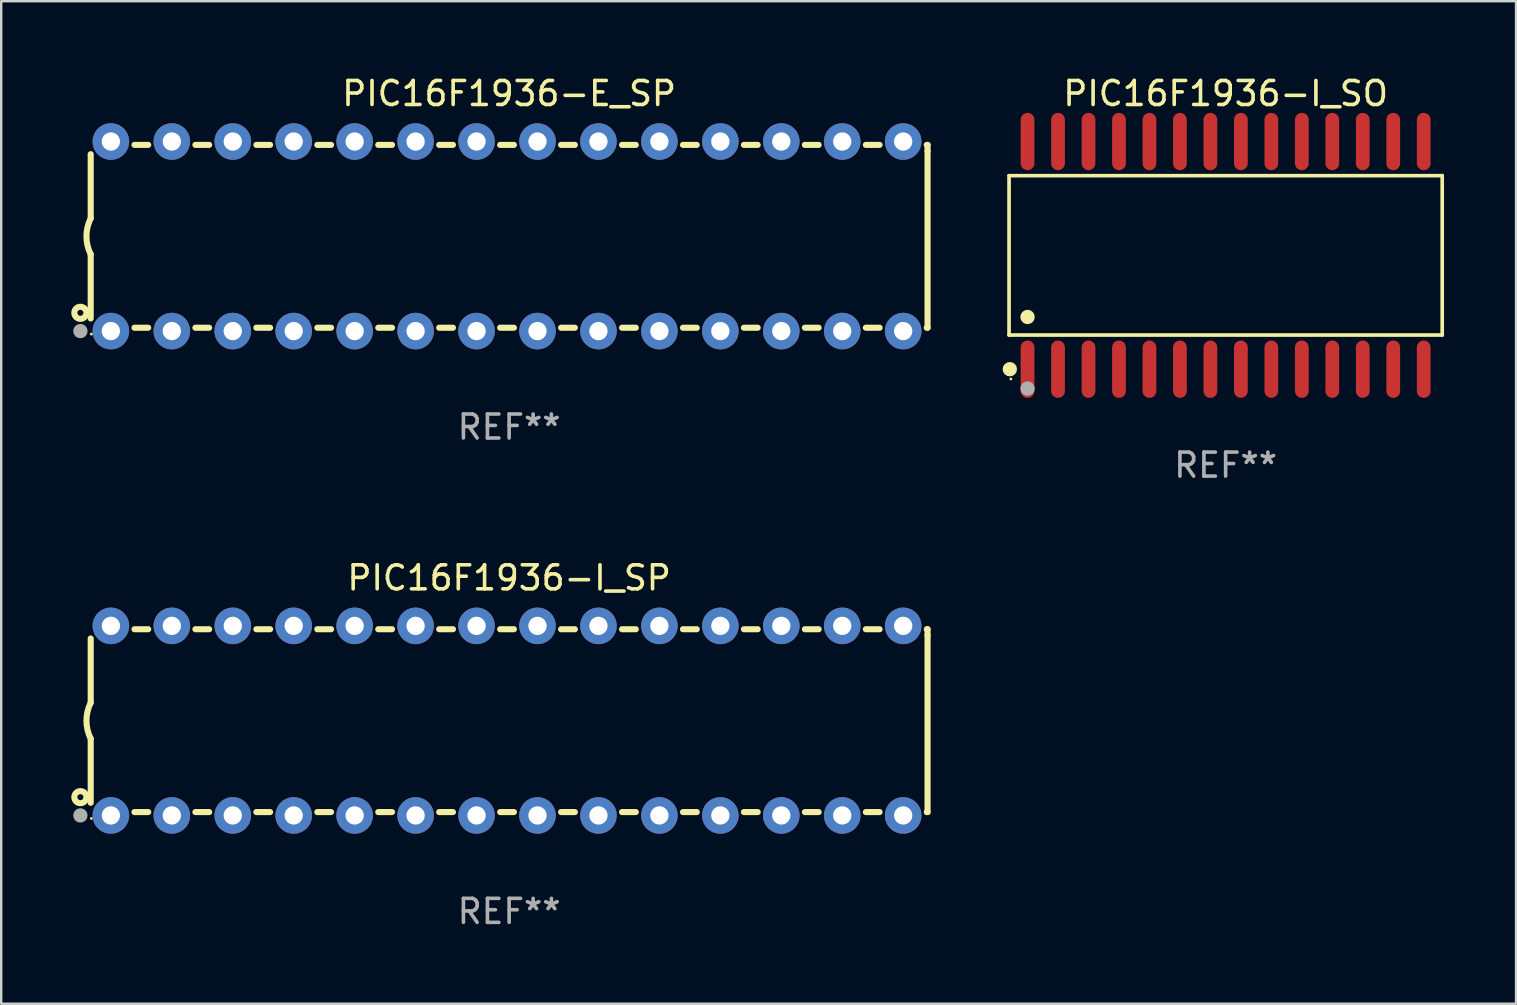
<source format=kicad_pcb>
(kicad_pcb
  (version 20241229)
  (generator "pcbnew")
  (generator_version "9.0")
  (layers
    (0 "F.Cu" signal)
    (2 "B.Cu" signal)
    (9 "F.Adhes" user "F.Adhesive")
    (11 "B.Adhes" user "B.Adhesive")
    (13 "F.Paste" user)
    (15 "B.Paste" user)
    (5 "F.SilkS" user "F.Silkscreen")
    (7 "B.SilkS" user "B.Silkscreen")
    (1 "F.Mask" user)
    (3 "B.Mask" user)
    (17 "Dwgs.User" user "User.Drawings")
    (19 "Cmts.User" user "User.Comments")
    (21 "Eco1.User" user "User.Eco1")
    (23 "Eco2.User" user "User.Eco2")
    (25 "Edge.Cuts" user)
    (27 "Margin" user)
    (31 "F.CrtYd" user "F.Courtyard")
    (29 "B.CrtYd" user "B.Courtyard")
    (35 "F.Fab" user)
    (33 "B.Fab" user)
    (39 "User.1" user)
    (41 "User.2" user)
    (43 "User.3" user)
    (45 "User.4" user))
  (footprint "PIC16F1936-I_SP"
    (layer "F.Cu")
    (at 18.168 26.983)
    (property "Reference" "PIC16F1936-I_SP" (at 0 -5.95 0) (layer "F.SilkS") (effects (font (size 1 1) (thickness 0.15))))
    (attr through_hole)
    (fp_line (start -17.438 0.75) (end -17.438 3.423) (stroke (width 0.254) (type solid)) (layer "F.SilkS"))
    (fp_line (start -17.438 -3.423) (end -17.438 -0.75) (stroke (width 0.254) (type solid)) (layer "F.SilkS"))
    (fp_line (start -15.615 3.81) (end -15.041 3.81) (stroke (width 0.254) (type solid)) (layer "F.SilkS"))
    (fp_line (start -15.041 -3.81) (end -15.614 -3.81) (stroke (width 0.254) (type solid)) (layer "F.SilkS"))
    (fp_line (start -13.075 3.81) (end -12.501 3.81) (stroke (width 0.254) (type solid)) (layer "F.SilkS"))
    (fp_line (start -12.501 -3.81) (end -13.074 -3.81) (stroke (width 0.254) (type solid)) (layer "F.SilkS"))
    (fp_line (start -10.535 3.81) (end -9.961 3.81) (stroke (width 0.254) (type solid)) (layer "F.SilkS"))
    (fp_line (start -9.961 -3.81) (end -10.534 -3.81) (stroke (width 0.254) (type solid)) (layer "F.SilkS"))
    (fp_line (start -7.995 3.81) (end -7.421 3.81) (stroke (width 0.254) (type solid)) (layer "F.SilkS"))
    (fp_line (start -7.421 -3.81) (end -7.995 -3.81) (stroke (width 0.254) (type solid)) (layer "F.SilkS"))
    (fp_line (start -5.455 3.81) (end -4.881 3.81) (stroke (width 0.254) (type solid)) (layer "F.SilkS"))
    (fp_line (start -4.881 -3.81) (end -5.455 -3.81) (stroke (width 0.254) (type solid)) (layer "F.SilkS"))
    (fp_line (start -2.915 3.81) (end -2.341 3.81) (stroke (width 0.254) (type solid)) (layer "F.SilkS"))
    (fp_line (start -2.341 -3.81) (end -2.915 -3.81) (stroke (width 0.254) (type solid)) (layer "F.SilkS"))
    (fp_line (start -0.375 3.81) (end 0.199 3.81) (stroke (width 0.254) (type solid)) (layer "F.SilkS"))
    (fp_line (start 0.199 -3.81) (end -0.375 -3.81) (stroke (width 0.254) (type solid)) (layer "F.SilkS"))
    (fp_line (start 2.165 3.81) (end 2.739 3.81) (stroke (width 0.254) (type solid)) (layer "F.SilkS"))
    (fp_line (start 2.739 -3.81) (end 2.165 -3.81) (stroke (width 0.254) (type solid)) (layer "F.SilkS"))
    (fp_line (start 4.705 3.81) (end 5.279 3.81) (stroke (width 0.254) (type solid)) (layer "F.SilkS"))
    (fp_line (start 5.279 -3.81) (end 4.705 -3.81) (stroke (width 0.254) (type solid)) (layer "F.SilkS"))
    (fp_line (start 7.245 3.81) (end 7.819 3.81) (stroke (width 0.254) (type solid)) (layer "F.SilkS"))
    (fp_line (start 7.819 -3.81) (end 7.245 -3.81) (stroke (width 0.254) (type solid)) (layer "F.SilkS"))
    (fp_line (start 9.785 3.81) (end 10.359 3.81) (stroke (width 0.254) (type solid)) (layer "F.SilkS"))
    (fp_line (start 10.359 -3.81) (end 9.785 -3.81) (stroke (width 0.254) (type solid)) (layer "F.SilkS"))
    (fp_line (start 12.325 3.81) (end 12.899 3.81) (stroke (width 0.254) (type solid)) (layer "F.SilkS"))
    (fp_line (start 12.899 -3.81) (end 12.325 -3.81) (stroke (width 0.254) (type solid)) (layer "F.SilkS"))
    (fp_line (start 14.865 3.81) (end 15.439 3.81) (stroke (width 0.254) (type solid)) (layer "F.SilkS"))
    (fp_line (start 15.439 -3.81) (end 14.865 -3.81) (stroke (width 0.254) (type solid)) (layer "F.SilkS"))
    (fp_line (start 17.405 3.81) (end 17.438 3.81) (stroke (width 0.254) (type solid)) (layer "F.SilkS"))
    (fp_line (start 17.438 -3.81) (end 17.405 -3.81) (stroke (width 0.254) (type solid)) (layer "F.SilkS"))
    (fp_line (start 17.438 -3.556) (end 17.438 -3.81) (stroke (width 0.254) (type solid)) (layer "F.SilkS"))
    (fp_line (start 17.438 3.81) (end 17.438 -3.556) (stroke (width 0.254) (type solid)) (layer "F.SilkS"))
    (fp_arc (start -17.437986 0.749657) (mid -17.614887 -0.000024) (end -17.437783 -0.749657) (stroke (width 0.254001) (type solid)) (layer "F.SilkS"))
    (fp_circle (center -17.868 3.188) (end -17.743 3.188) (stroke (width 0.254) (type solid)) (fill no) (layer "F.SilkS"))
    (fp_circle (center -17.411 4.077) (end -17.381 4.077) (stroke (width 0.06) (type solid)) (fill no) (layer "F.SilkS"))
    (fp_circle (center -17.868 3.95) (end -17.718 3.95) (stroke (width 0.3) (type solid)) (fill no) (layer "F.Fab"))
    (fp_text user "REF**" (at 0 7.95 0) (layer "F.Fab") (effects (font (size 1 1) (thickness 0.15))))
    (pad "1" thru_hole circle (at -16.598 3.95) (size 1.524 1.524) (drill 0.762) (layers "*.Cu" "*.Mask"))
    (pad "2" thru_hole circle (at -14.058 3.95) (size 1.524 1.524) (drill 0.762) (layers "*.Cu" "*.Mask"))
    (pad "3" thru_hole circle (at -11.518 3.95) (size 1.524 1.524) (drill 0.762) (layers "*.Cu" "*.Mask"))
    (pad "4" thru_hole circle (at -8.978 3.95) (size 1.524 1.524) (drill 0.762) (layers "*.Cu" "*.Mask"))
    (pad "5" thru_hole circle (at -6.438 3.95) (size 1.524 1.524) (drill 0.762) (layers "*.Cu" "*.Mask"))
    (pad "6" thru_hole circle (at -3.898 3.95) (size 1.524 1.524) (drill 0.762) (layers "*.Cu" "*.Mask"))
    (pad "7" thru_hole circle (at -1.358 3.95) (size 1.524 1.524) (drill 0.762) (layers "*.Cu" "*.Mask"))
    (pad "8" thru_hole circle (at 1.182 3.95) (size 1.524 1.524) (drill 0.762) (layers "*.Cu" "*.Mask"))
    (pad "9" thru_hole circle (at 3.722 3.95) (size 1.524 1.524) (drill 0.762) (layers "*.Cu" "*.Mask"))
    (pad "10" thru_hole circle (at 6.262 3.95) (size 1.524 1.524) (drill 0.762) (layers "*.Cu" "*.Mask"))
    (pad "11" thru_hole circle (at 8.802 3.95) (size 1.524 1.524) (drill 0.762) (layers "*.Cu" "*.Mask"))
    (pad "12" thru_hole circle (at 11.342 3.95) (size 1.524 1.524) (drill 0.762) (layers "*.Cu" "*.Mask"))
    (pad "13" thru_hole circle (at 13.882 3.95) (size 1.524 1.524) (drill 0.762) (layers "*.Cu" "*.Mask"))
    (pad "14" thru_hole circle (at 16.422 3.95) (size 1.524 1.524) (drill 0.762) (layers "*.Cu" "*.Mask"))
    (pad "15" thru_hole circle (at 16.422 -3.95) (size 1.524 1.524) (drill 0.762) (layers "*.Cu" "*.Mask"))
    (pad "16" thru_hole circle (at 13.882 -3.95) (size 1.524 1.524) (drill 0.762) (layers "*.Cu" "*.Mask"))
    (pad "17" thru_hole circle (at 11.342 -3.95) (size 1.524 1.524) (drill 0.762) (layers "*.Cu" "*.Mask"))
    (pad "18" thru_hole circle (at 8.802 -3.95) (size 1.524 1.524) (drill 0.762) (layers "*.Cu" "*.Mask"))
    (pad "19" thru_hole circle (at 6.262 -3.95) (size 1.524 1.524) (drill 0.762) (layers "*.Cu" "*.Mask"))
    (pad "20" thru_hole circle (at 3.722 -3.95) (size 1.524 1.524) (drill 0.762) (layers "*.Cu" "*.Mask"))
    (pad "21" thru_hole circle (at 1.182 -3.95) (size 1.524 1.524) (drill 0.762) (layers "*.Cu" "*.Mask"))
    (pad "22" thru_hole circle (at -1.358 -3.95) (size 1.524 1.524) (drill 0.762) (layers "*.Cu" "*.Mask"))
    (pad "23" thru_hole circle (at -3.898 -3.95) (size 1.524 1.524) (drill 0.762) (layers "*.Cu" "*.Mask"))
    (pad "24" thru_hole circle (at -6.438 -3.95) (size 1.524 1.524) (drill 0.762) (layers "*.Cu" "*.Mask"))
    (pad "25" thru_hole circle (at -8.978 -3.95) (size 1.524 1.524) (drill 0.762) (layers "*.Cu" "*.Mask"))
    (pad "26" thru_hole circle (at -11.517 -3.95) (size 1.524 1.524) (drill 0.762) (layers "*.Cu" "*.Mask"))
    (pad "27" thru_hole circle (at -14.057 -3.95) (size 1.524 1.524) (drill 0.762) (layers "*.Cu" "*.Mask"))
    (pad "28" thru_hole circle (at -16.597 -3.95) (size 1.524 1.524) (drill 0.762) (layers "*.Cu" "*.Mask")))
  (footprint "PIC16F1936-E_SP"
    (layer "F.Cu")
    (at 18.168 6.798)
    (property "Reference" "PIC16F1936-E_SP" (at 0 -5.95 0) (layer "F.SilkS") (effects (font (size 1 1) (thickness 0.15))))
    (attr through_hole)
    (fp_line (start -17.438 0.75) (end -17.438 3.423) (stroke (width 0.254) (type solid)) (layer "F.SilkS"))
    (fp_line (start -17.438 -3.423) (end -17.438 -0.75) (stroke (width 0.254) (type solid)) (layer "F.SilkS"))
    (fp_line (start -15.615 3.81) (end -15.041 3.81) (stroke (width 0.254) (type solid)) (layer "F.SilkS"))
    (fp_line (start -15.041 -3.81) (end -15.614 -3.81) (stroke (width 0.254) (type solid)) (layer "F.SilkS"))
    (fp_line (start -13.075 3.81) (end -12.501 3.81) (stroke (width 0.254) (type solid)) (layer "F.SilkS"))
    (fp_line (start -12.501 -3.81) (end -13.074 -3.81) (stroke (width 0.254) (type solid)) (layer "F.SilkS"))
    (fp_line (start -10.535 3.81) (end -9.961 3.81) (stroke (width 0.254) (type solid)) (layer "F.SilkS"))
    (fp_line (start -9.961 -3.81) (end -10.534 -3.81) (stroke (width 0.254) (type solid)) (layer "F.SilkS"))
    (fp_line (start -7.995 3.81) (end -7.421 3.81) (stroke (width 0.254) (type solid)) (layer "F.SilkS"))
    (fp_line (start -7.421 -3.81) (end -7.995 -3.81) (stroke (width 0.254) (type solid)) (layer "F.SilkS"))
    (fp_line (start -5.455 3.81) (end -4.881 3.81) (stroke (width 0.254) (type solid)) (layer "F.SilkS"))
    (fp_line (start -4.881 -3.81) (end -5.455 -3.81) (stroke (width 0.254) (type solid)) (layer "F.SilkS"))
    (fp_line (start -2.915 3.81) (end -2.341 3.81) (stroke (width 0.254) (type solid)) (layer "F.SilkS"))
    (fp_line (start -2.341 -3.81) (end -2.915 -3.81) (stroke (width 0.254) (type solid)) (layer "F.SilkS"))
    (fp_line (start -0.375 3.81) (end 0.199 3.81) (stroke (width 0.254) (type solid)) (layer "F.SilkS"))
    (fp_line (start 0.199 -3.81) (end -0.375 -3.81) (stroke (width 0.254) (type solid)) (layer "F.SilkS"))
    (fp_line (start 2.165 3.81) (end 2.739 3.81) (stroke (width 0.254) (type solid)) (layer "F.SilkS"))
    (fp_line (start 2.739 -3.81) (end 2.165 -3.81) (stroke (width 0.254) (type solid)) (layer "F.SilkS"))
    (fp_line (start 4.705 3.81) (end 5.279 3.81) (stroke (width 0.254) (type solid)) (layer "F.SilkS"))
    (fp_line (start 5.279 -3.81) (end 4.705 -3.81) (stroke (width 0.254) (type solid)) (layer "F.SilkS"))
    (fp_line (start 7.245 3.81) (end 7.819 3.81) (stroke (width 0.254) (type solid)) (layer "F.SilkS"))
    (fp_line (start 7.819 -3.81) (end 7.245 -3.81) (stroke (width 0.254) (type solid)) (layer "F.SilkS"))
    (fp_line (start 9.785 3.81) (end 10.359 3.81) (stroke (width 0.254) (type solid)) (layer "F.SilkS"))
    (fp_line (start 10.359 -3.81) (end 9.785 -3.81) (stroke (width 0.254) (type solid)) (layer "F.SilkS"))
    (fp_line (start 12.325 3.81) (end 12.899 3.81) (stroke (width 0.254) (type solid)) (layer "F.SilkS"))
    (fp_line (start 12.899 -3.81) (end 12.325 -3.81) (stroke (width 0.254) (type solid)) (layer "F.SilkS"))
    (fp_line (start 14.865 3.81) (end 15.439 3.81) (stroke (width 0.254) (type solid)) (layer "F.SilkS"))
    (fp_line (start 15.439 -3.81) (end 14.865 -3.81) (stroke (width 0.254) (type solid)) (layer "F.SilkS"))
    (fp_line (start 17.405 3.81) (end 17.438 3.81) (stroke (width 0.254) (type solid)) (layer "F.SilkS"))
    (fp_line (start 17.438 -3.81) (end 17.405 -3.81) (stroke (width 0.254) (type solid)) (layer "F.SilkS"))
    (fp_line (start 17.438 -3.556) (end 17.438 -3.81) (stroke (width 0.254) (type solid)) (layer "F.SilkS"))
    (fp_line (start 17.438 3.81) (end 17.438 -3.556) (stroke (width 0.254) (type solid)) (layer "F.SilkS"))
    (fp_arc (start -17.437986 0.749657) (mid -17.614887 -0.000024) (end -17.437783 -0.749657) (stroke (width 0.254001) (type solid)) (layer "F.SilkS"))
    (fp_circle (center -17.868 3.188) (end -17.743 3.188) (stroke (width 0.254) (type solid)) (fill no) (layer "F.SilkS"))
    (fp_circle (center -17.411 4.077) (end -17.381 4.077) (stroke (width 0.06) (type solid)) (fill no) (layer "F.SilkS"))
    (fp_circle (center -17.868 3.95) (end -17.718 3.95) (stroke (width 0.3) (type solid)) (fill no) (layer "F.Fab"))
    (fp_text user "REF**" (at 0 7.95 0) (layer "F.Fab") (effects (font (size 1 1) (thickness 0.15))))
    (pad "1" thru_hole circle (at -16.598 3.95) (size 1.524 1.524) (drill 0.762) (layers "*.Cu" "*.Mask"))
    (pad "2" thru_hole circle (at -14.058 3.95) (size 1.524 1.524) (drill 0.762) (layers "*.Cu" "*.Mask"))
    (pad "3" thru_hole circle (at -11.518 3.95) (size 1.524 1.524) (drill 0.762) (layers "*.Cu" "*.Mask"))
    (pad "4" thru_hole circle (at -8.978 3.95) (size 1.524 1.524) (drill 0.762) (layers "*.Cu" "*.Mask"))
    (pad "5" thru_hole circle (at -6.438 3.95) (size 1.524 1.524) (drill 0.762) (layers "*.Cu" "*.Mask"))
    (pad "6" thru_hole circle (at -3.898 3.95) (size 1.524 1.524) (drill 0.762) (layers "*.Cu" "*.Mask"))
    (pad "7" thru_hole circle (at -1.358 3.95) (size 1.524 1.524) (drill 0.762) (layers "*.Cu" "*.Mask"))
    (pad "8" thru_hole circle (at 1.182 3.95) (size 1.524 1.524) (drill 0.762) (layers "*.Cu" "*.Mask"))
    (pad "9" thru_hole circle (at 3.722 3.95) (size 1.524 1.524) (drill 0.762) (layers "*.Cu" "*.Mask"))
    (pad "10" thru_hole circle (at 6.262 3.95) (size 1.524 1.524) (drill 0.762) (layers "*.Cu" "*.Mask"))
    (pad "11" thru_hole circle (at 8.802 3.95) (size 1.524 1.524) (drill 0.762) (layers "*.Cu" "*.Mask"))
    (pad "12" thru_hole circle (at 11.342 3.95) (size 1.524 1.524) (drill 0.762) (layers "*.Cu" "*.Mask"))
    (pad "13" thru_hole circle (at 13.882 3.95) (size 1.524 1.524) (drill 0.762) (layers "*.Cu" "*.Mask"))
    (pad "14" thru_hole circle (at 16.422 3.95) (size 1.524 1.524) (drill 0.762) (layers "*.Cu" "*.Mask"))
    (pad "15" thru_hole circle (at 16.422 -3.95) (size 1.524 1.524) (drill 0.762) (layers "*.Cu" "*.Mask"))
    (pad "16" thru_hole circle (at 13.882 -3.95) (size 1.524 1.524) (drill 0.762) (layers "*.Cu" "*.Mask"))
    (pad "17" thru_hole circle (at 11.342 -3.95) (size 1.524 1.524) (drill 0.762) (layers "*.Cu" "*.Mask"))
    (pad "18" thru_hole circle (at 8.802 -3.95) (size 1.524 1.524) (drill 0.762) (layers "*.Cu" "*.Mask"))
    (pad "19" thru_hole circle (at 6.262 -3.95) (size 1.524 1.524) (drill 0.762) (layers "*.Cu" "*.Mask"))
    (pad "20" thru_hole circle (at 3.722 -3.95) (size 1.524 1.524) (drill 0.762) (layers "*.Cu" "*.Mask"))
    (pad "21" thru_hole circle (at 1.182 -3.95) (size 1.524 1.524) (drill 0.762) (layers "*.Cu" "*.Mask"))
    (pad "22" thru_hole circle (at -1.358 -3.95) (size 1.524 1.524) (drill 0.762) (layers "*.Cu" "*.Mask"))
    (pad "23" thru_hole circle (at -3.898 -3.95) (size 1.524 1.524) (drill 0.762) (layers "*.Cu" "*.Mask"))
    (pad "24" thru_hole circle (at -6.438 -3.95) (size 1.524 1.524) (drill 0.762) (layers "*.Cu" "*.Mask"))
    (pad "25" thru_hole circle (at -8.978 -3.95) (size 1.524 1.524) (drill 0.762) (layers "*.Cu" "*.Mask"))
    (pad "26" thru_hole circle (at -11.517 -3.95) (size 1.524 1.524) (drill 0.762) (layers "*.Cu" "*.Mask"))
    (pad "27" thru_hole circle (at -14.057 -3.95) (size 1.524 1.524) (drill 0.762) (layers "*.Cu" "*.Mask"))
    (pad "28" thru_hole circle (at -16.597 -3.95) (size 1.524 1.524) (drill 0.762) (layers "*.Cu" "*.Mask")))
  (footprint "PIC16F1936-I_SO"
    (layer "F.Cu")
    (at 48.028 7.592)
    (property "Reference" "PIC16F1936-I_SO" (at 0 -6.744 0) (layer "F.SilkS") (effects (font (size 1 1) (thickness 0.15))))
    (attr through_hole)
    (fp_line (start -9.026 -3.321) (end 9.026 -3.321) (stroke (width 0.152) (type solid)) (layer "F.SilkS"))
    (fp_line (start -9.026 3.321) (end -9.026 -3.321) (stroke (width 0.152) (type solid)) (layer "F.SilkS"))
    (fp_line (start 9.026 -3.321) (end 9.026 3.321) (stroke (width 0.152) (type solid)) (layer "F.SilkS"))
    (fp_line (start 9.026 3.321) (end -9.026 3.321) (stroke (width 0.152) (type solid)) (layer "F.SilkS"))
    (fp_circle (center -8.994 4.744) (end -8.844 4.744) (stroke (width 0.3) (type solid)) (fill no) (layer "F.SilkS"))
    (fp_circle (center -8.95 5.15) (end -8.92 5.15) (stroke (width 0.06) (type solid)) (fill no) (layer "F.SilkS"))
    (fp_circle (center -8.255 2.569) (end -8.105 2.569) (stroke (width 0.3) (type solid)) (fill no) (layer "F.SilkS"))
    (fp_circle (center -8.255 5.55) (end -8.105 5.55) (stroke (width 0.3) (type solid)) (fill no) (layer "F.Fab"))
    (fp_text user "REF**" (at 0 8.744 0) (layer "F.Fab") (effects (font (size 1 1) (thickness 0.15))))
    (pad "1" smd oval (at -8.255 4.744) (size 0.574 2.388) (layers "F.Cu" "F.Mask" "F.Paste"))
    (pad "2" smd oval (at -6.985 4.744) (size 0.574 2.388) (layers "F.Cu" "F.Mask" "F.Paste"))
    (pad "3" smd oval (at -5.715 4.744) (size 0.574 2.388) (layers "F.Cu" "F.Mask" "F.Paste"))
    (pad "4" smd oval (at -4.445 4.744) (size 0.574 2.388) (layers "F.Cu" "F.Mask" "F.Paste"))
    (pad "5" smd oval (at -3.175 4.744) (size 0.574 2.388) (layers "F.Cu" "F.Mask" "F.Paste"))
    (pad "6" smd oval (at -1.905 4.744) (size 0.574 2.388) (layers "F.Cu" "F.Mask" "F.Paste"))
    (pad "7" smd oval (at -0.635 4.744) (size 0.574 2.388) (layers "F.Cu" "F.Mask" "F.Paste"))
    (pad "8" smd oval (at 0.635 4.744) (size 0.574 2.388) (layers "F.Cu" "F.Mask" "F.Paste"))
    (pad "9" smd oval (at 1.905 4.744) (size 0.574 2.388) (layers "F.Cu" "F.Mask" "F.Paste"))
    (pad "10" smd oval (at 3.175 4.744) (size 0.574 2.388) (layers "F.Cu" "F.Mask" "F.Paste"))
    (pad "11" smd oval (at 4.445 4.744) (size 0.574 2.388) (layers "F.Cu" "F.Mask" "F.Paste"))
    (pad "12" smd oval (at 5.715 4.744) (size 0.574 2.388) (layers "F.Cu" "F.Mask" "F.Paste"))
    (pad "13" smd oval (at 6.985 4.744) (size 0.574 2.388) (layers "F.Cu" "F.Mask" "F.Paste"))
    (pad "14" smd oval (at 8.255 4.744) (size 0.574 2.388) (layers "F.Cu" "F.Mask" "F.Paste"))
    (pad "15" smd oval (at 8.255 -4.744) (size 0.574 2.388) (layers "F.Cu" "F.Mask" "F.Paste"))
    (pad "16" smd oval (at 6.985 -4.744) (size 0.574 2.388) (layers "F.Cu" "F.Mask" "F.Paste"))
    (pad "17" smd oval (at 5.715 -4.744) (size 0.574 2.388) (layers "F.Cu" "F.Mask" "F.Paste"))
    (pad "18" smd oval (at 4.445 -4.744) (size 0.574 2.388) (layers "F.Cu" "F.Mask" "F.Paste"))
    (pad "19" smd oval (at 3.175 -4.744) (size 0.574 2.388) (layers "F.Cu" "F.Mask" "F.Paste"))
    (pad "20" smd oval (at 1.905 -4.744) (size 0.574 2.388) (layers "F.Cu" "F.Mask" "F.Paste"))
    (pad "21" smd oval (at 0.635 -4.744) (size 0.574 2.388) (layers "F.Cu" "F.Mask" "F.Paste"))
    (pad "22" smd oval (at -0.635 -4.744) (size 0.574 2.388) (layers "F.Cu" "F.Mask" "F.Paste"))
    (pad "23" smd oval (at -1.905 -4.744) (size 0.574 2.388) (layers "F.Cu" "F.Mask" "F.Paste"))
    (pad "24" smd oval (at -3.175 -4.744) (size 0.574 2.388) (layers "F.Cu" "F.Mask" "F.Paste"))
    (pad "25" smd oval (at -4.445 -4.744) (size 0.574 2.388) (layers "F.Cu" "F.Mask" "F.Paste"))
    (pad "26" smd oval (at -5.715 -4.744) (size 0.574 2.388) (layers "F.Cu" "F.Mask" "F.Paste"))
    (pad "27" smd oval (at -6.985 -4.744) (size 0.574 2.388) (layers "F.Cu" "F.Mask" "F.Paste"))
    (pad "28" smd oval (at -8.255 -4.744) (size 0.574 2.388) (layers "F.Cu" "F.Mask" "F.Paste")))
  (gr_rect
    (start -3 -3)
    (end 60.13 38.781)
    (stroke (width 0.1) (type default))
    (fill no)
    (layer "Edge.Cuts")))
</source>
